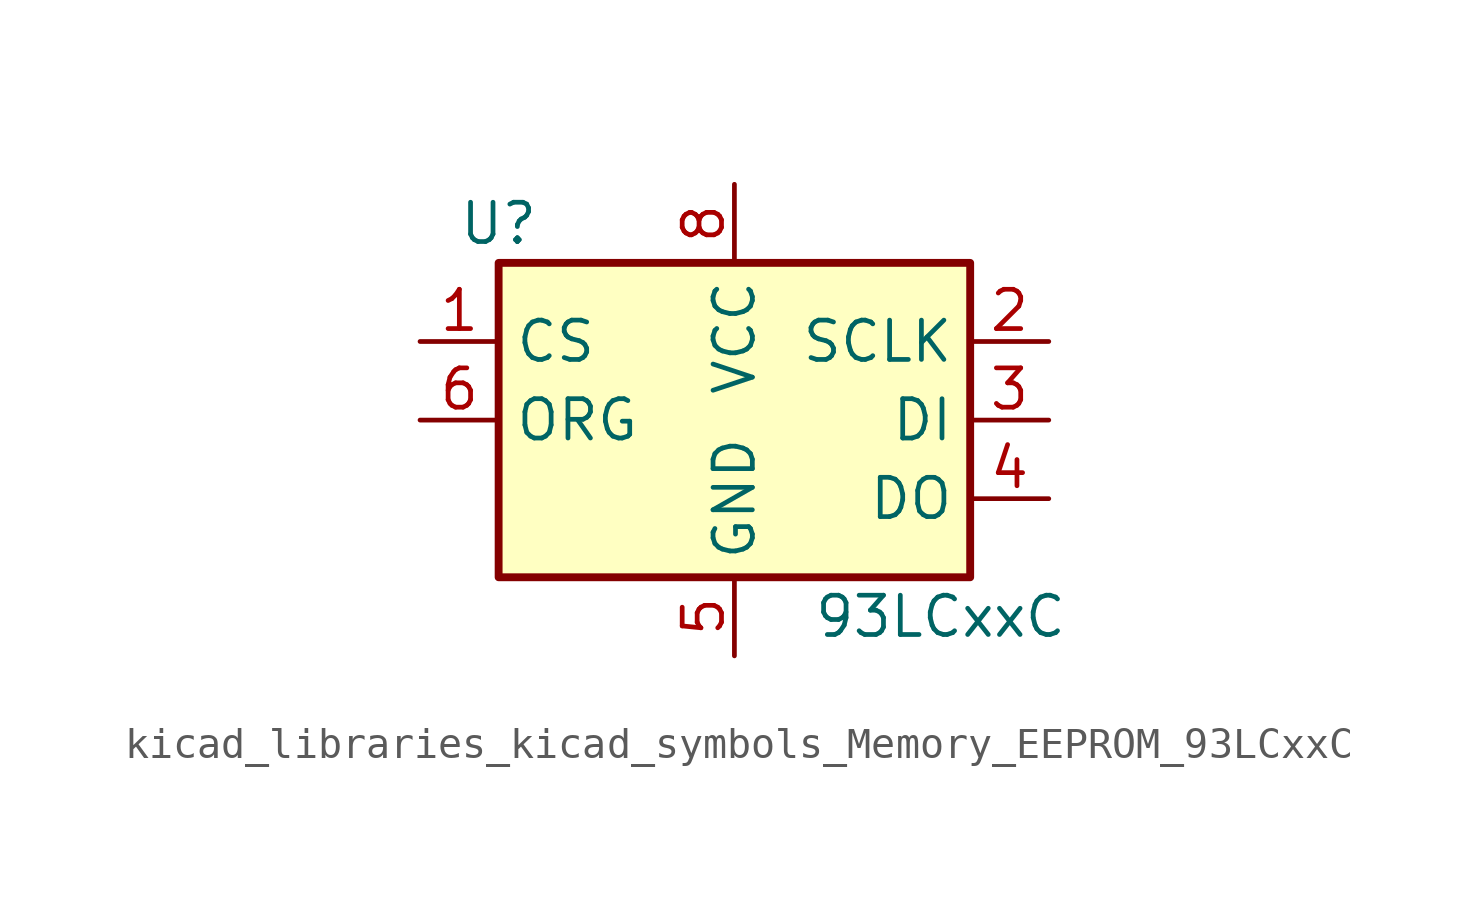
<source format=kicad_sym>
(kicad_symbol_lib
  (version 20220914)
  (generator kicad_symbol_editor)
  (symbol "kicad_libraries_kicad_symbols_Memory_EEPROM_93LCxxC"
    (property "Reference" "U"
      (at -7.62 6.35 0)
      (effects (font (size 1.27 1.27))))
    (property "Value" "93LCxxC"
      (at 2.54 -6.35 0)
      (effects (font (size 1.27 1.27)) (justify left)))
    (symbol "kicad_libraries_kicad_symbols_Memory_EEPROM_93LCxxC_1_1"
      (rectangle (start -7.62 5.08) (end 7.62 -5.08) (stroke (width 0.254) (type default)) (fill (type background)))
      (pin input line (at -10.16 2.54 0) (length 2.54) (name "CS" (effects (font (size 1.27 1.27)))) (number "1" (effects (font (size 1.27 1.27)))))
      (pin input line (at 10.16 2.54 180) (length 2.54) (name "SCLK" (effects (font (size 1.27 1.27)))) (number "2" (effects (font (size 1.27 1.27)))))
      (pin input line (at 10.16 0 180) (length 2.54) (name "DI" (effects (font (size 1.27 1.27)))) (number "3" (effects (font (size 1.27 1.27)))))
      (pin tri_state line (at 10.16 -2.54 180) (length 2.54) (name "DO" (effects (font (size 1.27 1.27)))) (number "4" (effects (font (size 1.27 1.27)))))
      (pin power_in line (at 0 -7.62 90) (length 2.54) (name "GND" (effects (font (size 1.27 1.27)))) (number "5" (effects (font (size 1.27 1.27)))))
      (pin input line (at -10.16 0 0) (length 2.54) (name "ORG" (effects (font (size 1.27 1.27)))) (number "6" (effects (font (size 1.27 1.27)))))
      (pin no_connect line (at -7.62 -2.54 0) (length 2.54) hide (name "NC" (effects (font (size 1.27 1.27)))) (number "7" (effects (font (size 1.27 1.27)))))
      (pin power_in line (at 0 7.62 270) (length 2.54) (name "VCC" (effects (font (size 1.27 1.27)))) (number "8" (effects (font (size 1.27 1.27))))))))
</source>
